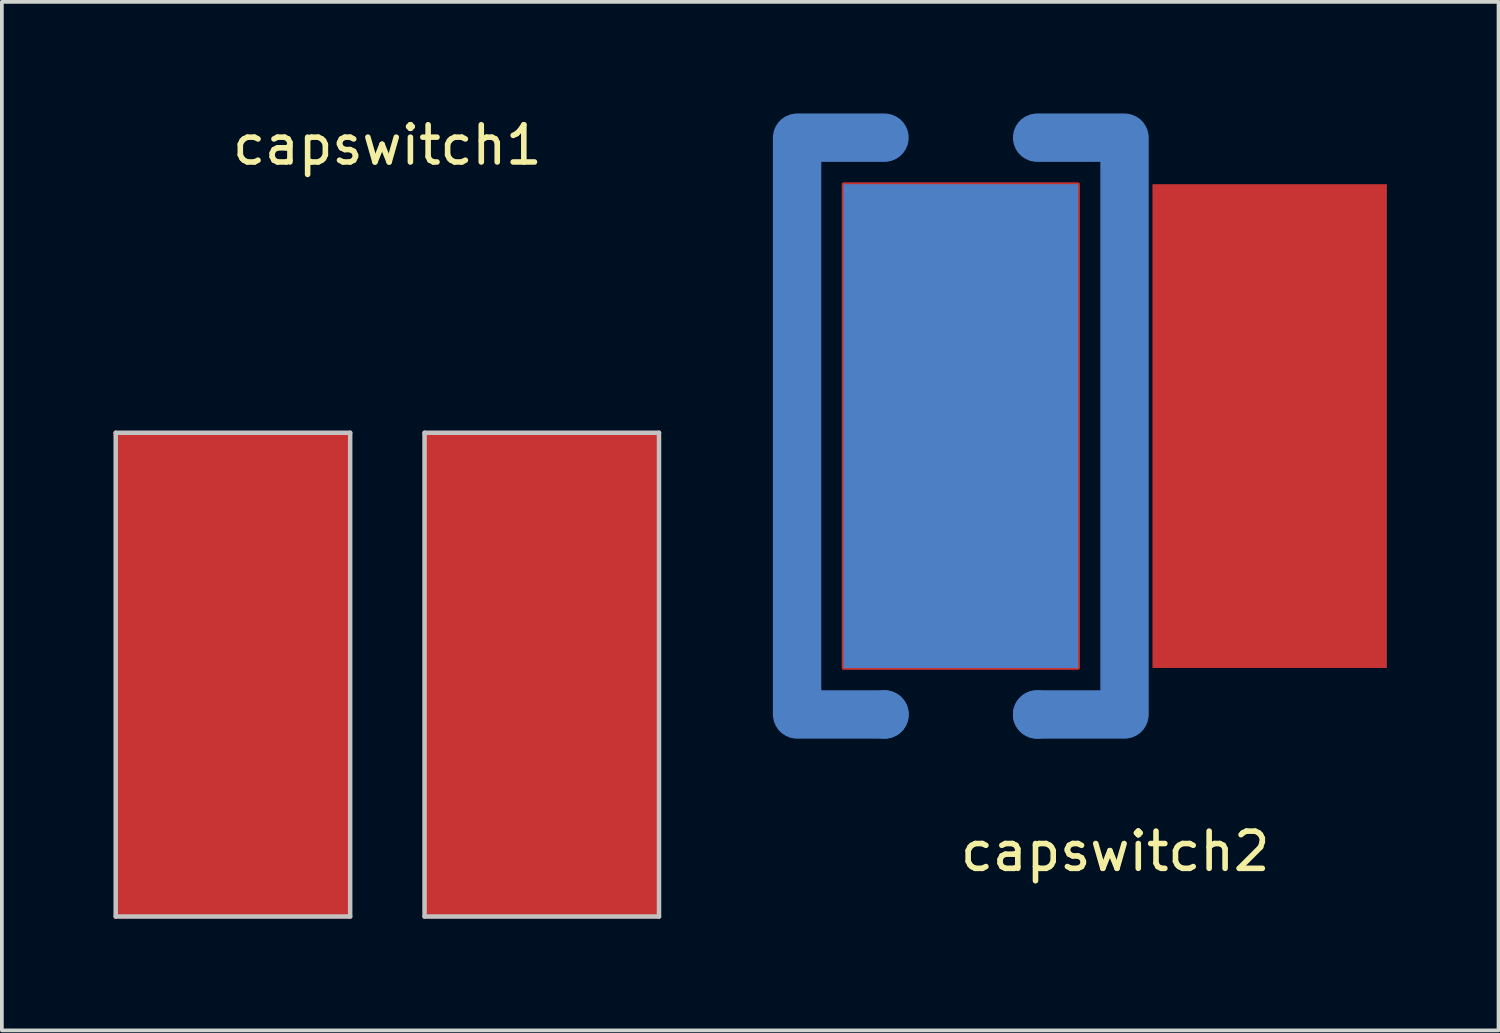
<source format=kicad_pcb>
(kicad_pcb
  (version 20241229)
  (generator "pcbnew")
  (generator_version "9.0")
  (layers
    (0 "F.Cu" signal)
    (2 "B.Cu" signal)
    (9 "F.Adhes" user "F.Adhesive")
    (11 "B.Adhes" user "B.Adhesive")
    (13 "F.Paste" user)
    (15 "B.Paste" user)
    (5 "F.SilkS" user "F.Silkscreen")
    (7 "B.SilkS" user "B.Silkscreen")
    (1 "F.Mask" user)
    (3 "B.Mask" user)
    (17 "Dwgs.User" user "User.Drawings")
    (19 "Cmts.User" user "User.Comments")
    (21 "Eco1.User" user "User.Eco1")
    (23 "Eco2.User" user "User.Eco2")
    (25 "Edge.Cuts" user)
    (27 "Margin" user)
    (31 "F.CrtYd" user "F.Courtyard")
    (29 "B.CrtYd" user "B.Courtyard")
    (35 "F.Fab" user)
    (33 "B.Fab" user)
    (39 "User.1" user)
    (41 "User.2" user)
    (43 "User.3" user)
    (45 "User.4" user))
  (footprint "capswitch2"
    (layer "F.Cu")
    (at 26.92 8.4)
    (property "Reference" "capswitch2" (at 0 11.43 0) (layer "F.SilkS") (effects (font (size 1 1) (thickness 0.15))))
    (attr through_hole)
    (fp_poly (pts (xy -1 6.5) (xy -7.3 6.5) (xy -7.3 -6.5) (xy -1 -6.5)) (stroke (width 0.1) (type solid)) (fill yes) (layer "F.Cu"))
    (pad "DRIVE" connect rect (at -4.15 0) (size 6.3 13) (layers "B.Cu"))
    (pad "GND" connect custom (at -6.2 -7.75) (size 1.3 1.3) (layers "B.Cu") (options (anchor circle)) (primitives (gr_line (start -2.35 15.5) (end 0 15.5) (width 1.3)) (gr_line (start -2.35 15.5) (end -2.35 0) (width 1.3)) (gr_line (start -2.35 0) (end 0 0) (width 1.3))))
    (pad "GND" connect circle (at -6.2 7.75) (size 1.3 1.3) (layers "B.Cu"))
    (pad "GND" connect custom (at -2.1 -7.75) (size 1.3 1.3) (layers "B.Cu") (options (anchor circle)) (primitives (gr_line (start 2.35 0) (end 0 0) (width 1.3)) (gr_line (start 2.35 15.5) (end 0 15.5) (width 1.3)) (gr_line (start 2.35 0) (end 2.35 15.5) (width 1.3))))
    (pad "GND" connect circle (at -2.1 7.75) (size 1.3 1.3) (layers "B.Cu"))
    (pad "SENSE" connect rect (at 4.15 0) (size 6.3 13) (layers "F.Cu")))
  (footprint "capswitch1"
    (layer "F.Cu")
    (at 7.36 15.08)
    (property "Reference" "capswitch1" (at 0 -14.232 0) (layer "F.SilkS") (effects (font (size 1 1) (thickness 0.15))))
    (attr through_hole)
    (fp_poly (pts (xy -1 6.5) (xy -7.3 6.5) (xy -7.3 -6.5) (xy -1 -6.5)) (stroke (width 0.1) (type solid)) (fill yes) (layer "F.Cu"))
    (fp_poly (pts (xy 7.3 6.5) (xy 1 6.5) (xy 1 -6.5) (xy 7.3 -6.5)) (stroke (width 0.1) (type solid)) (fill yes) (layer "F.Cu"))
    (fp_line (start -7.3 -6.5) (end -1 -6.5) (stroke (width 0.12) (type solid)) (layer "Dwgs.User"))
    (fp_line (start -7.3 6.5) (end -7.3 -6.5) (stroke (width 0.12) (type solid)) (layer "Dwgs.User"))
    (fp_line (start -7.3 6.5) (end -1 6.5) (stroke (width 0.12) (type solid)) (layer "Dwgs.User"))
    (fp_line (start -1 -6.5) (end -1 6.5) (stroke (width 0.12) (type solid)) (layer "Dwgs.User"))
    (fp_line (start 1 -6.5) (end 7.3 -6.5) (stroke (width 0.12) (type solid)) (layer "Dwgs.User"))
    (fp_line (start 1 6.5) (end 1 -6.5) (stroke (width 0.12) (type solid)) (layer "Dwgs.User"))
    (fp_line (start 1 6.5) (end 7.3 6.5) (stroke (width 0.12) (type solid)) (layer "Dwgs.User"))
    (fp_line (start 7.3 -6.5) (end 7.3 6.5) (stroke (width 0.12) (type solid)) (layer "Dwgs.User")))
  (gr_rect
    (start -3 -3)
    (end 37.22 24.64)
    (stroke (width 0.1) (type default))
    (fill no)
    (layer "Edge.Cuts")))
</source>
